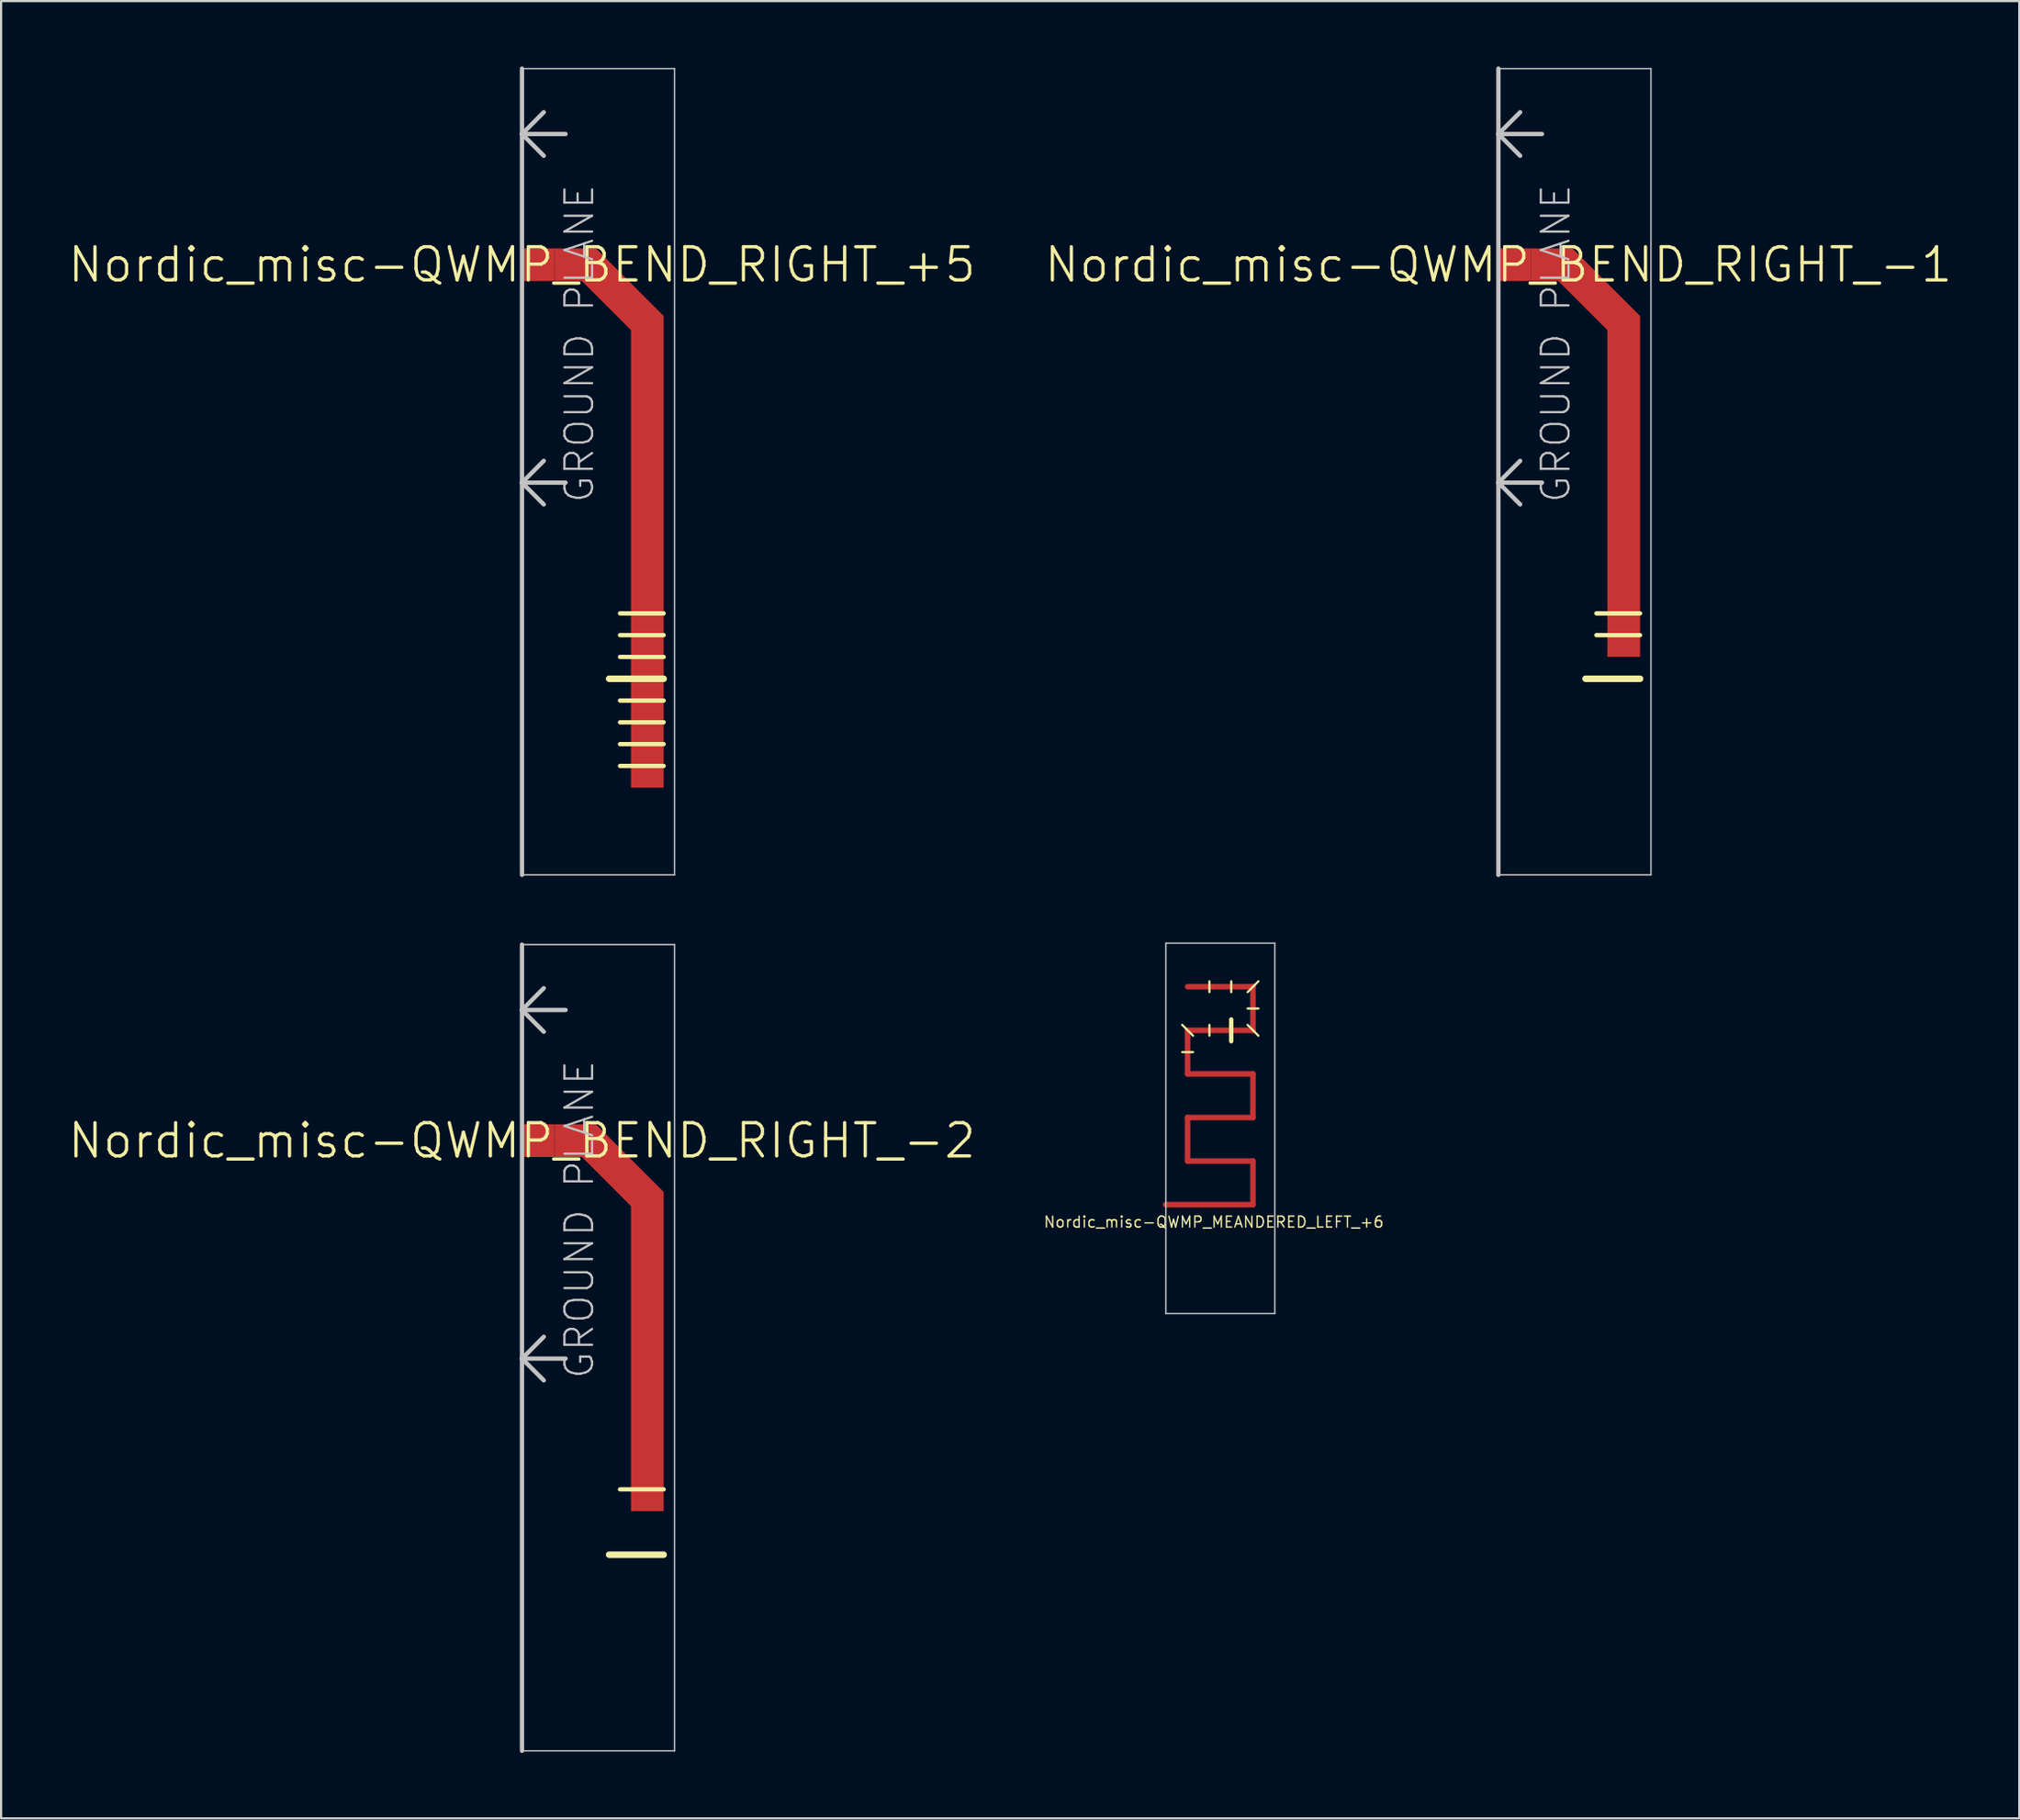
<source format=kicad_pcb>
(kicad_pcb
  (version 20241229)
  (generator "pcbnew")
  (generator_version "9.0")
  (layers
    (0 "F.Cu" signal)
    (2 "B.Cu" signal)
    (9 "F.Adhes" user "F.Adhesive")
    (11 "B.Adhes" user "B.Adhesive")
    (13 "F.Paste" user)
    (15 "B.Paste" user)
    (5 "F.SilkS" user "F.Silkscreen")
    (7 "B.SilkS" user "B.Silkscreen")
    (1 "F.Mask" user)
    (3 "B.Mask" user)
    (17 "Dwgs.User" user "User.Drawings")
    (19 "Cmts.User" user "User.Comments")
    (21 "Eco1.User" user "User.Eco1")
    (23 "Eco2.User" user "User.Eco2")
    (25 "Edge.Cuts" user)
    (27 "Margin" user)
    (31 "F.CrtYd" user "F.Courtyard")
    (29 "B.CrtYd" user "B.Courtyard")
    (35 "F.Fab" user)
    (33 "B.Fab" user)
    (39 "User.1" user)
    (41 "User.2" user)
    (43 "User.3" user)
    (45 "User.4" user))
  (footprint "Nordic_misc-QWMP_MEANDERED_LEFT_+6"
    (layer "F.Cu")
    (at 50.443 52.228)
    (property "Reference" "Nordic_misc-QWMP_MEANDERED_LEFT_+6" (at 2.2 0.8 0) (layer "F.SilkS") (effects (font (size 0.5 0.5) (thickness 0.062))))
    (attr smd)
    (fp_line (start 0 0) (end 3.998 0) (stroke (width 0.254) (type solid)) (layer "F.Cu"))
    (fp_line (start 0.998 -7.998) (end 3.998 -7.998) (stroke (width 0.254) (type solid)) (layer "F.Cu"))
    (fp_line (start 0.998 -5.999) (end 0.998 -7.998) (stroke (width 0.254) (type solid)) (layer "F.Cu"))
    (fp_line (start 0.998 -3.998) (end 3.998 -3.998) (stroke (width 0.254) (type solid)) (layer "F.Cu"))
    (fp_line (start 0.998 -1.999) (end 0.998 -3.998) (stroke (width 0.254) (type solid)) (layer "F.Cu"))
    (fp_line (start 3.998 -10) (end 0.998 -10) (stroke (width 0.254) (type solid)) (layer "F.Cu"))
    (fp_line (start 3.998 -7.998) (end 3.998 -10) (stroke (width 0.254) (type solid)) (layer "F.Cu"))
    (fp_line (start 3.998 -5.999) (end 0.998 -5.999) (stroke (width 0.254) (type solid)) (layer "F.Cu"))
    (fp_line (start 3.998 -3.998) (end 3.998 -5.999) (stroke (width 0.254) (type solid)) (layer "F.Cu"))
    (fp_line (start 3.998 -1.999) (end 0.998 -1.999) (stroke (width 0.254) (type solid)) (layer "F.Cu"))
    (fp_line (start 3.998 0) (end 3.998 -1.999) (stroke (width 0.254) (type solid)) (layer "F.Cu"))
    (fp_line (start 1.25 -7.75) (end 0.749 -8.25) (stroke (width 0.099) (type solid)) (layer "F.SilkS"))
    (fp_line (start 1.25 -6.998) (end 0.749 -6.998) (stroke (width 0.099) (type solid)) (layer "F.SilkS"))
    (fp_line (start 1.999 -9.749) (end 1.999 -10.249) (stroke (width 0.099) (type solid)) (layer "F.SilkS"))
    (fp_line (start 1.999 -8.25) (end 1.999 -7.75) (stroke (width 0.099) (type solid)) (layer "F.SilkS"))
    (fp_line (start 3 -9.749) (end 3 -10.249) (stroke (width 0.099) (type solid)) (layer "F.SilkS"))
    (fp_line (start 3 -7.498) (end 3 -8.499) (stroke (width 0.198) (type solid)) (layer "F.SilkS"))
    (fp_line (start 3.749 -9.749) (end 4.249 -10.249) (stroke (width 0.099) (type solid)) (layer "F.SilkS"))
    (fp_line (start 3.749 -8.999) (end 4.249 -8.999) (stroke (width 0.099) (type solid)) (layer "F.SilkS"))
    (fp_line (start 4.249 -7.75) (end 3.749 -8.25) (stroke (width 0.099) (type solid)) (layer "F.SilkS"))
    (fp_line (start 0 -11.999) (end 4.999 -11.999) (stroke (width 0.066) (type solid)) (layer "Dwgs.User"))
    (fp_line (start 0 4.999) (end 0 -11.999) (stroke (width 0.066) (type solid)) (layer "Dwgs.User"))
    (fp_line (start 0 4.999) (end 4.999 4.999) (stroke (width 0.066) (type solid)) (layer "Dwgs.User"))
    (fp_line (start 4.999 4.999) (end 4.999 -11.999) (stroke (width 0.066) (type solid)) (layer "Dwgs.User"))
    (pad "1" smd circle (at 0 0) (size 0.254 0.254) (layers "F.Cu" "F.Mask" "F.Paste")))
  (footprint "Nordic_misc-QWMP_BEND_RIGHT_-1"
    (layer "F.Cu")
    (at 65.702 9.098)
    (property "Reference" "Nordic_misc-QWMP_BEND_RIGHT_-1" (at 0 0 0) (layer "F.SilkS") (effects (font (size 1.524 1.524) (thickness 0.15))))
    (attr smd)
    (fp_poly (pts (xy 1.499 0.749) (xy 2.748 0.749) (xy 4.999 3) (xy 4.999 17.998) (xy 6.5 17.998) (xy 6.5 2.349) (xy 3.399 -0.749) (xy 1.499 -0.749) (xy 1.499 0.749)) (stroke (width 0) (type solid)) (fill yes) (layer "F.Cu"))
    (fp_line (start 4.498 15.999) (end 6.5 15.999) (stroke (width 0.198) (type solid)) (layer "F.SilkS"))
    (fp_line (start 4.498 16.998) (end 6.5 16.998) (stroke (width 0.198) (type solid)) (layer "F.SilkS"))
    (fp_line (start 6.5 18.999) (end 3.998 18.999) (stroke (width 0.3) (type solid)) (layer "F.SilkS"))
    (fp_line (start 0 -8.999) (end 6.998 -8.999) (stroke (width 0.066) (type solid)) (layer "Dwgs.User"))
    (fp_line (start 0 -5.999) (end 0 -8.999) (stroke (width 0.198) (type solid)) (layer "Dwgs.User"))
    (fp_line (start 0 -5.999) (end 0.998 -6.998) (stroke (width 0.198) (type solid)) (layer "Dwgs.User"))
    (fp_line (start 0 -5.999) (end 0.998 -4.999) (stroke (width 0.198) (type solid)) (layer "Dwgs.User"))
    (fp_line (start 0 -5.999) (end 1.999 -5.999) (stroke (width 0.198) (type solid)) (layer "Dwgs.User"))
    (fp_line (start 0 10) (end 0 -5.999) (stroke (width 0.198) (type solid)) (layer "Dwgs.User"))
    (fp_line (start 0 10) (end 0.998 8.999) (stroke (width 0.198) (type solid)) (layer "Dwgs.User"))
    (fp_line (start 0 10) (end 0.998 10.998) (stroke (width 0.198) (type solid)) (layer "Dwgs.User"))
    (fp_line (start 0 10) (end 1.999 10) (stroke (width 0.198) (type solid)) (layer "Dwgs.User"))
    (fp_line (start 0 27.998) (end 0 -8.999) (stroke (width 0.066) (type solid)) (layer "Dwgs.User"))
    (fp_line (start 0 27.998) (end 0 10) (stroke (width 0.198) (type solid)) (layer "Dwgs.User"))
    (fp_line (start 0 27.998) (end 6.998 27.998) (stroke (width 0.066) (type solid)) (layer "Dwgs.User"))
    (fp_line (start 6.998 27.998) (end 6.998 -8.999) (stroke (width 0.066) (type solid)) (layer "Dwgs.User"))
    (fp_text user "GROUND PLANE" (at 2.634 3.619 270) (layer "Dwgs.User") (effects (font (size 1.27 1.27) (thickness 0.102))))
    (pad "P$1" smd rect (at 0.749 0) (size 1.499 1.499) (layers "F.Cu" "F.Mask" "F.Paste")))
  (footprint "Nordic_misc-QWMP_BEND_RIGHT_-2"
    (layer "F.Cu")
    (at 20.901 49.294)
    (property "Reference" "Nordic_misc-QWMP_BEND_RIGHT_-2" (at 0 0 0) (layer "F.SilkS") (effects (font (size 1.524 1.524) (thickness 0.15))))
    (attr smd)
    (fp_poly (pts (xy 1.499 0.749) (xy 2.748 0.749) (xy 4.999 3) (xy 4.999 16.998) (xy 6.5 16.998) (xy 6.5 2.349) (xy 3.399 -0.749) (xy 1.499 -0.749) (xy 1.499 0.749)) (stroke (width 0) (type solid)) (fill yes) (layer "F.Cu"))
    (fp_line (start 4.498 15.999) (end 6.5 15.999) (stroke (width 0.198) (type solid)) (layer "F.SilkS"))
    (fp_line (start 6.5 18.999) (end 3.998 18.999) (stroke (width 0.3) (type solid)) (layer "F.SilkS"))
    (fp_line (start 0 -8.999) (end 6.998 -8.999) (stroke (width 0.066) (type solid)) (layer "Dwgs.User"))
    (fp_line (start 0 -5.999) (end 0 -8.999) (stroke (width 0.198) (type solid)) (layer "Dwgs.User"))
    (fp_line (start 0 -5.999) (end 0.998 -6.998) (stroke (width 0.198) (type solid)) (layer "Dwgs.User"))
    (fp_line (start 0 -5.999) (end 0.998 -4.999) (stroke (width 0.198) (type solid)) (layer "Dwgs.User"))
    (fp_line (start 0 -5.999) (end 1.999 -5.999) (stroke (width 0.198) (type solid)) (layer "Dwgs.User"))
    (fp_line (start 0 10) (end 0 -5.999) (stroke (width 0.198) (type solid)) (layer "Dwgs.User"))
    (fp_line (start 0 10) (end 0.998 8.999) (stroke (width 0.198) (type solid)) (layer "Dwgs.User"))
    (fp_line (start 0 10) (end 0.998 10.998) (stroke (width 0.198) (type solid)) (layer "Dwgs.User"))
    (fp_line (start 0 10) (end 1.999 10) (stroke (width 0.198) (type solid)) (layer "Dwgs.User"))
    (fp_line (start 0 27.998) (end 0 -8.999) (stroke (width 0.066) (type solid)) (layer "Dwgs.User"))
    (fp_line (start 0 27.998) (end 0 10) (stroke (width 0.198) (type solid)) (layer "Dwgs.User"))
    (fp_line (start 0 27.998) (end 6.998 27.998) (stroke (width 0.066) (type solid)) (layer "Dwgs.User"))
    (fp_line (start 6.998 27.998) (end 6.998 -8.999) (stroke (width 0.066) (type solid)) (layer "Dwgs.User"))
    (fp_text user "GROUND PLANE" (at 2.634 3.619 270) (layer "Dwgs.User") (effects (font (size 1.27 1.27) (thickness 0.102))))
    (pad "P$1" smd rect (at 0.749 0) (size 1.499 1.499) (layers "F.Cu" "F.Mask" "F.Paste")))
  (footprint "Nordic_misc-QWMP_BEND_RIGHT_+5"
    (layer "F.Cu")
    (at 20.901 9.098)
    (property "Reference" "Nordic_misc-QWMP_BEND_RIGHT_+5" (at 0 0 0) (layer "F.SilkS") (effects (font (size 1.524 1.524) (thickness 0.15))))
    (attr smd)
    (fp_poly (pts (xy 1.499 0.749) (xy 2.748 0.749) (xy 4.999 3) (xy 4.999 23.998) (xy 6.5 23.998) (xy 6.5 2.349) (xy 3.399 -0.749) (xy 1.499 -0.749) (xy 1.499 0.749)) (stroke (width 0) (type solid)) (fill yes) (layer "F.Cu"))
    (fp_line (start 4.498 15.999) (end 6.5 15.999) (stroke (width 0.198) (type solid)) (layer "F.SilkS"))
    (fp_line (start 4.498 16.998) (end 6.5 16.998) (stroke (width 0.198) (type solid)) (layer "F.SilkS"))
    (fp_line (start 4.498 17.998) (end 6.5 17.998) (stroke (width 0.198) (type solid)) (layer "F.SilkS"))
    (fp_line (start 4.498 20) (end 6.5 20) (stroke (width 0.198) (type solid)) (layer "F.SilkS"))
    (fp_line (start 4.498 20.998) (end 6.5 20.998) (stroke (width 0.198) (type solid)) (layer "F.SilkS"))
    (fp_line (start 4.498 21.999) (end 6.5 21.999) (stroke (width 0.198) (type solid)) (layer "F.SilkS"))
    (fp_line (start 4.498 23) (end 6.5 23) (stroke (width 0.198) (type solid)) (layer "F.SilkS"))
    (fp_line (start 6.5 18.999) (end 3.998 18.999) (stroke (width 0.3) (type solid)) (layer "F.SilkS"))
    (fp_line (start 0 -8.999) (end 6.998 -8.999) (stroke (width 0.066) (type solid)) (layer "Dwgs.User"))
    (fp_line (start 0 -5.999) (end 0 -8.999) (stroke (width 0.198) (type solid)) (layer "Dwgs.User"))
    (fp_line (start 0 -5.999) (end 0.998 -6.998) (stroke (width 0.198) (type solid)) (layer "Dwgs.User"))
    (fp_line (start 0 -5.999) (end 0.998 -4.999) (stroke (width 0.198) (type solid)) (layer "Dwgs.User"))
    (fp_line (start 0 -5.999) (end 1.999 -5.999) (stroke (width 0.198) (type solid)) (layer "Dwgs.User"))
    (fp_line (start 0 10) (end 0 -5.999) (stroke (width 0.198) (type solid)) (layer "Dwgs.User"))
    (fp_line (start 0 10) (end 0.998 8.999) (stroke (width 0.198) (type solid)) (layer "Dwgs.User"))
    (fp_line (start 0 10) (end 0.998 10.998) (stroke (width 0.198) (type solid)) (layer "Dwgs.User"))
    (fp_line (start 0 10) (end 1.999 10) (stroke (width 0.198) (type solid)) (layer "Dwgs.User"))
    (fp_line (start 0 27.998) (end 0 -8.999) (stroke (width 0.066) (type solid)) (layer "Dwgs.User"))
    (fp_line (start 0 27.998) (end 0 10) (stroke (width 0.198) (type solid)) (layer "Dwgs.User"))
    (fp_line (start 0 27.998) (end 6.998 27.998) (stroke (width 0.066) (type solid)) (layer "Dwgs.User"))
    (fp_line (start 6.998 27.998) (end 6.998 -8.999) (stroke (width 0.066) (type solid)) (layer "Dwgs.User"))
    (fp_text user "GROUND PLANE" (at 2.634 3.619 270) (layer "Dwgs.User") (effects (font (size 1.27 1.27) (thickness 0.102))))
    (pad "P$1" smd rect (at 0.749 0) (size 1.499 1.499) (layers "F.Cu" "F.Mask" "F.Paste")))
  (gr_rect
    (start -3 -3)
    (end 89.602 80.392)
    (stroke (width 0.1) (type default))
    (fill no)
    (layer "Edge.Cuts")))
</source>
